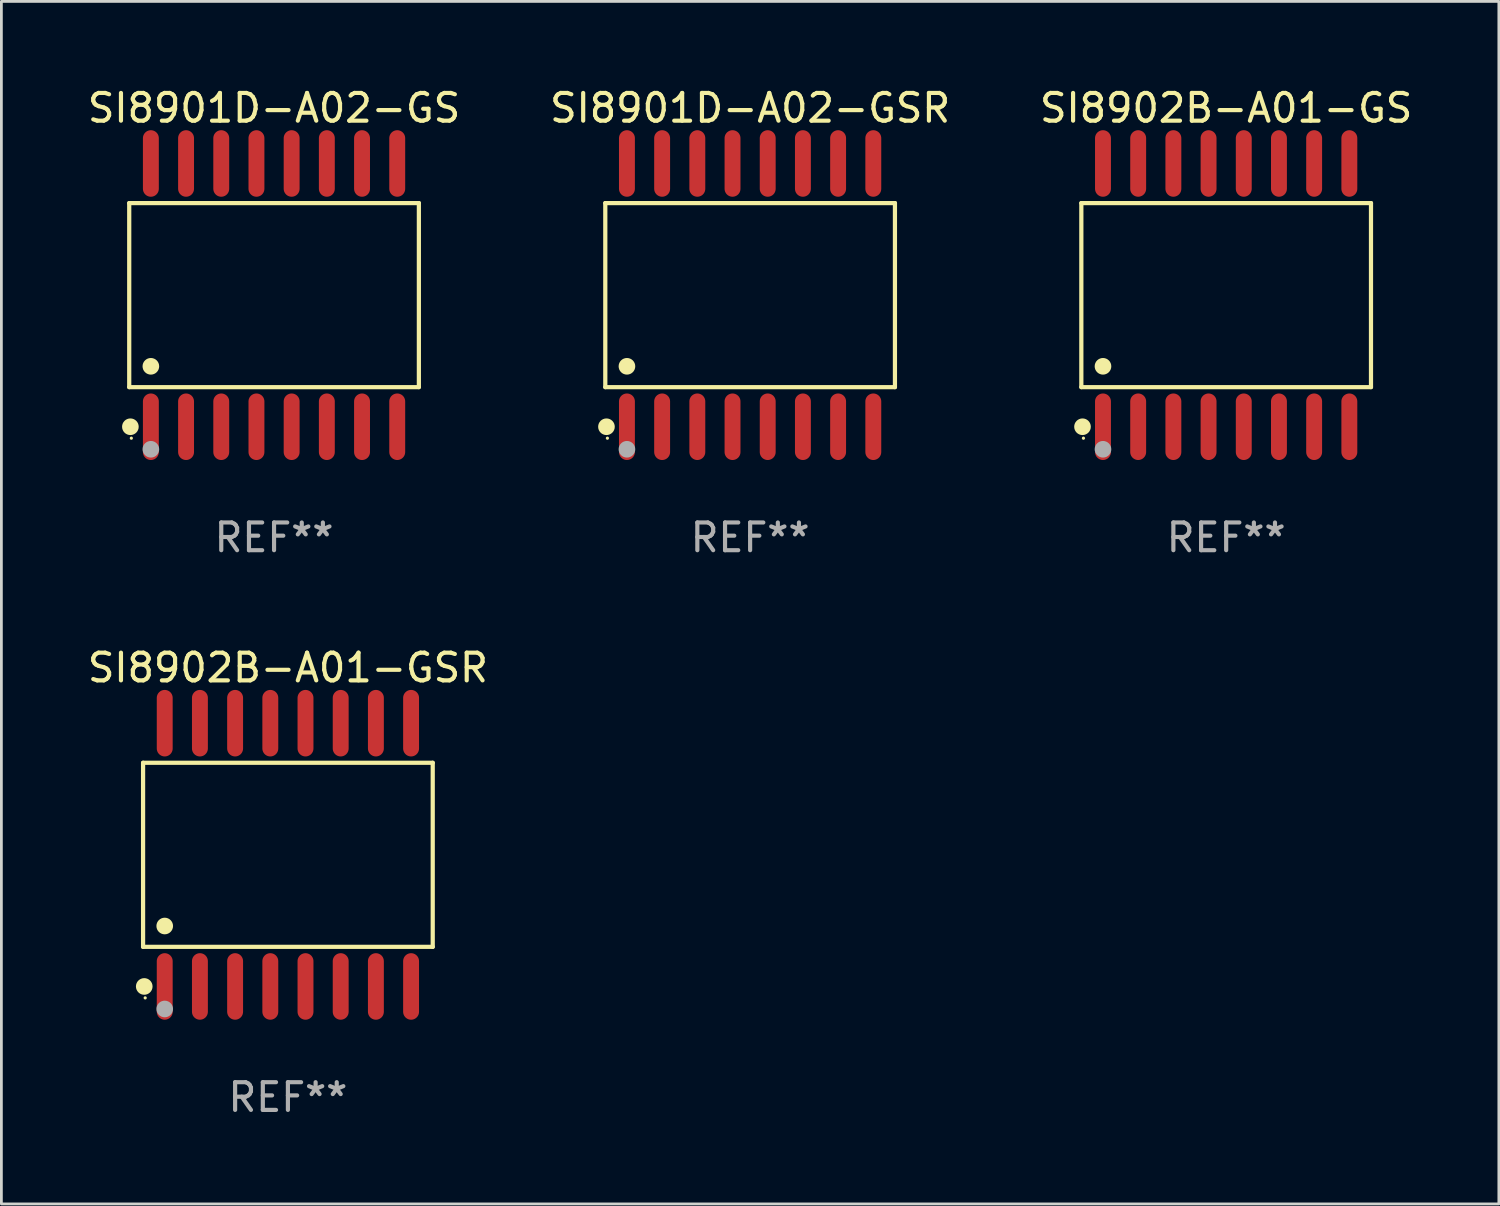
<source format=kicad_pcb>
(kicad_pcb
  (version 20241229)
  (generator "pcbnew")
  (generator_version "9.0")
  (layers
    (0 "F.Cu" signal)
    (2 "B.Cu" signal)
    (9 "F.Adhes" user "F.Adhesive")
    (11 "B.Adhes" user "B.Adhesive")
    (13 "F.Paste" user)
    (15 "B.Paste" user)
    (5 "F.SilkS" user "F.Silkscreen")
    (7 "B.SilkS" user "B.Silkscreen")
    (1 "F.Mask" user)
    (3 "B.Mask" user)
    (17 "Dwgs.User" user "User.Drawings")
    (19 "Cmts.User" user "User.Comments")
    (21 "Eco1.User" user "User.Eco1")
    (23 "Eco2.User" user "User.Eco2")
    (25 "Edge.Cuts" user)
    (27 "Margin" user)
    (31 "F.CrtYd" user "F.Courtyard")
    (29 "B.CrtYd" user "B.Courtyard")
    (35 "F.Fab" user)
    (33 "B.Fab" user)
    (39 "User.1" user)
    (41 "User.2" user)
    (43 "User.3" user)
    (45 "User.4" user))
  (footprint "SI8902B-A01-GS"
    (layer "F.Cu")
    (at 41.196 7.599)
    (property "Reference" "SI8902B-A01-GS" (at 0 -6.75 0) (layer "F.SilkS") (effects (font (size 1 1) (thickness 0.15))))
    (attr through_hole)
    (fp_line (start -5.226 -3.321) (end 5.226 -3.321) (stroke (width 0.152) (type solid)) (layer "F.SilkS"))
    (fp_line (start -5.226 3.321) (end -5.226 -3.321) (stroke (width 0.152) (type solid)) (layer "F.SilkS"))
    (fp_line (start 5.226 -3.321) (end 5.226 3.321) (stroke (width 0.152) (type solid)) (layer "F.SilkS"))
    (fp_line (start 5.226 3.321) (end -5.226 3.321) (stroke (width 0.152) (type solid)) (layer "F.SilkS"))
    (fp_circle (center -5.184 4.75) (end -5.034 4.75) (stroke (width 0.3) (type solid)) (fill no) (layer "F.SilkS"))
    (fp_circle (center -5.15 5.163) (end -5.12 5.163) (stroke (width 0.06) (type solid)) (fill no) (layer "F.SilkS"))
    (fp_circle (center -4.445 2.569) (end -4.295 2.569) (stroke (width 0.3) (type solid)) (fill no) (layer "F.SilkS"))
    (fp_circle (center -4.445 5.563) (end -4.295 5.563) (stroke (width 0.3) (type solid)) (fill no) (layer "F.Fab"))
    (fp_text user "REF**" (at 0 8.75 0) (layer "F.Fab") (effects (font (size 1 1) (thickness 0.15))))
    (pad "1" smd oval (at -4.445 4.75) (size 0.574 2.401) (layers "F.Cu" "F.Mask" "F.Paste"))
    (pad "2" smd oval (at -3.175 4.75) (size 0.574 2.401) (layers "F.Cu" "F.Mask" "F.Paste"))
    (pad "3" smd oval (at -1.905 4.75) (size 0.574 2.401) (layers "F.Cu" "F.Mask" "F.Paste"))
    (pad "4" smd oval (at -0.635 4.75) (size 0.574 2.401) (layers "F.Cu" "F.Mask" "F.Paste"))
    (pad "5" smd oval (at 0.635 4.75) (size 0.574 2.401) (layers "F.Cu" "F.Mask" "F.Paste"))
    (pad "6" smd oval (at 1.905 4.75) (size 0.574 2.401) (layers "F.Cu" "F.Mask" "F.Paste"))
    (pad "7" smd oval (at 3.175 4.75) (size 0.574 2.401) (layers "F.Cu" "F.Mask" "F.Paste"))
    (pad "8" smd oval (at 4.445 4.75) (size 0.574 2.401) (layers "F.Cu" "F.Mask" "F.Paste"))
    (pad "9" smd oval (at 4.445 -4.75) (size 0.574 2.401) (layers "F.Cu" "F.Mask" "F.Paste"))
    (pad "10" smd oval (at 3.175 -4.75) (size 0.574 2.401) (layers "F.Cu" "F.Mask" "F.Paste"))
    (pad "11" smd oval (at 1.905 -4.75) (size 0.574 2.401) (layers "F.Cu" "F.Mask" "F.Paste"))
    (pad "12" smd oval (at 0.635 -4.75) (size 0.574 2.401) (layers "F.Cu" "F.Mask" "F.Paste"))
    (pad "13" smd oval (at -0.635 -4.75) (size 0.574 2.401) (layers "F.Cu" "F.Mask" "F.Paste"))
    (pad "14" smd oval (at -1.905 -4.75) (size 0.574 2.401) (layers "F.Cu" "F.Mask" "F.Paste"))
    (pad "15" smd oval (at -3.175 -4.75) (size 0.574 2.401) (layers "F.Cu" "F.Mask" "F.Paste"))
    (pad "16" smd oval (at -4.445 -4.75) (size 0.574 2.401) (layers "F.Cu" "F.Mask" "F.Paste")))
  (footprint "SI8901D-A02-GS"
    (layer "F.Cu")
    (at 6.839 7.599)
    (property "Reference" "SI8901D-A02-GS" (at 0 -6.75 0) (layer "F.SilkS") (effects (font (size 1 1) (thickness 0.15))))
    (attr through_hole)
    (fp_line (start -5.226 -3.321) (end 5.226 -3.321) (stroke (width 0.152) (type solid)) (layer "F.SilkS"))
    (fp_line (start -5.226 3.321) (end -5.226 -3.321) (stroke (width 0.152) (type solid)) (layer "F.SilkS"))
    (fp_line (start 5.226 -3.321) (end 5.226 3.321) (stroke (width 0.152) (type solid)) (layer "F.SilkS"))
    (fp_line (start 5.226 3.321) (end -5.226 3.321) (stroke (width 0.152) (type solid)) (layer "F.SilkS"))
    (fp_circle (center -5.184 4.75) (end -5.034 4.75) (stroke (width 0.3) (type solid)) (fill no) (layer "F.SilkS"))
    (fp_circle (center -5.15 5.163) (end -5.12 5.163) (stroke (width 0.06) (type solid)) (fill no) (layer "F.SilkS"))
    (fp_circle (center -4.445 2.569) (end -4.295 2.569) (stroke (width 0.3) (type solid)) (fill no) (layer "F.SilkS"))
    (fp_circle (center -4.445 5.563) (end -4.295 5.563) (stroke (width 0.3) (type solid)) (fill no) (layer "F.Fab"))
    (fp_text user "REF**" (at 0 8.75 0) (layer "F.Fab") (effects (font (size 1 1) (thickness 0.15))))
    (pad "1" smd oval (at -4.445 4.75) (size 0.574 2.401) (layers "F.Cu" "F.Mask" "F.Paste"))
    (pad "2" smd oval (at -3.175 4.75) (size 0.574 2.401) (layers "F.Cu" "F.Mask" "F.Paste"))
    (pad "3" smd oval (at -1.905 4.75) (size 0.574 2.401) (layers "F.Cu" "F.Mask" "F.Paste"))
    (pad "4" smd oval (at -0.635 4.75) (size 0.574 2.401) (layers "F.Cu" "F.Mask" "F.Paste"))
    (pad "5" smd oval (at 0.635 4.75) (size 0.574 2.401) (layers "F.Cu" "F.Mask" "F.Paste"))
    (pad "6" smd oval (at 1.905 4.75) (size 0.574 2.401) (layers "F.Cu" "F.Mask" "F.Paste"))
    (pad "7" smd oval (at 3.175 4.75) (size 0.574 2.401) (layers "F.Cu" "F.Mask" "F.Paste"))
    (pad "8" smd oval (at 4.445 4.75) (size 0.574 2.401) (layers "F.Cu" "F.Mask" "F.Paste"))
    (pad "9" smd oval (at 4.445 -4.75) (size 0.574 2.401) (layers "F.Cu" "F.Mask" "F.Paste"))
    (pad "10" smd oval (at 3.175 -4.75) (size 0.574 2.401) (layers "F.Cu" "F.Mask" "F.Paste"))
    (pad "11" smd oval (at 1.905 -4.75) (size 0.574 2.401) (layers "F.Cu" "F.Mask" "F.Paste"))
    (pad "12" smd oval (at 0.635 -4.75) (size 0.574 2.401) (layers "F.Cu" "F.Mask" "F.Paste"))
    (pad "13" smd oval (at -0.635 -4.75) (size 0.574 2.401) (layers "F.Cu" "F.Mask" "F.Paste"))
    (pad "14" smd oval (at -1.905 -4.75) (size 0.574 2.401) (layers "F.Cu" "F.Mask" "F.Paste"))
    (pad "15" smd oval (at -3.175 -4.75) (size 0.574 2.401) (layers "F.Cu" "F.Mask" "F.Paste"))
    (pad "16" smd oval (at -4.445 -4.75) (size 0.574 2.401) (layers "F.Cu" "F.Mask" "F.Paste")))
  (footprint "SI8901D-A02-GSR"
    (layer "F.Cu")
    (at 24.018 7.599)
    (property "Reference" "SI8901D-A02-GSR" (at 0 -6.75 0) (layer "F.SilkS") (effects (font (size 1 1) (thickness 0.15))))
    (attr through_hole)
    (fp_line (start -5.226 -3.321) (end 5.226 -3.321) (stroke (width 0.152) (type solid)) (layer "F.SilkS"))
    (fp_line (start -5.226 3.321) (end -5.226 -3.321) (stroke (width 0.152) (type solid)) (layer "F.SilkS"))
    (fp_line (start 5.226 -3.321) (end 5.226 3.321) (stroke (width 0.152) (type solid)) (layer "F.SilkS"))
    (fp_line (start 5.226 3.321) (end -5.226 3.321) (stroke (width 0.152) (type solid)) (layer "F.SilkS"))
    (fp_circle (center -5.184 4.75) (end -5.034 4.75) (stroke (width 0.3) (type solid)) (fill no) (layer "F.SilkS"))
    (fp_circle (center -5.15 5.163) (end -5.12 5.163) (stroke (width 0.06) (type solid)) (fill no) (layer "F.SilkS"))
    (fp_circle (center -4.445 2.569) (end -4.295 2.569) (stroke (width 0.3) (type solid)) (fill no) (layer "F.SilkS"))
    (fp_circle (center -4.445 5.563) (end -4.295 5.563) (stroke (width 0.3) (type solid)) (fill no) (layer "F.Fab"))
    (fp_text user "REF**" (at 0 8.75 0) (layer "F.Fab") (effects (font (size 1 1) (thickness 0.15))))
    (pad "1" smd oval (at -4.445 4.75) (size 0.574 2.401) (layers "F.Cu" "F.Mask" "F.Paste"))
    (pad "2" smd oval (at -3.175 4.75) (size 0.574 2.401) (layers "F.Cu" "F.Mask" "F.Paste"))
    (pad "3" smd oval (at -1.905 4.75) (size 0.574 2.401) (layers "F.Cu" "F.Mask" "F.Paste"))
    (pad "4" smd oval (at -0.635 4.75) (size 0.574 2.401) (layers "F.Cu" "F.Mask" "F.Paste"))
    (pad "5" smd oval (at 0.635 4.75) (size 0.574 2.401) (layers "F.Cu" "F.Mask" "F.Paste"))
    (pad "6" smd oval (at 1.905 4.75) (size 0.574 2.401) (layers "F.Cu" "F.Mask" "F.Paste"))
    (pad "7" smd oval (at 3.175 4.75) (size 0.574 2.401) (layers "F.Cu" "F.Mask" "F.Paste"))
    (pad "8" smd oval (at 4.445 4.75) (size 0.574 2.401) (layers "F.Cu" "F.Mask" "F.Paste"))
    (pad "9" smd oval (at 4.445 -4.75) (size 0.574 2.401) (layers "F.Cu" "F.Mask" "F.Paste"))
    (pad "10" smd oval (at 3.175 -4.75) (size 0.574 2.401) (layers "F.Cu" "F.Mask" "F.Paste"))
    (pad "11" smd oval (at 1.905 -4.75) (size 0.574 2.401) (layers "F.Cu" "F.Mask" "F.Paste"))
    (pad "12" smd oval (at 0.635 -4.75) (size 0.574 2.401) (layers "F.Cu" "F.Mask" "F.Paste"))
    (pad "13" smd oval (at -0.635 -4.75) (size 0.574 2.401) (layers "F.Cu" "F.Mask" "F.Paste"))
    (pad "14" smd oval (at -1.905 -4.75) (size 0.574 2.401) (layers "F.Cu" "F.Mask" "F.Paste"))
    (pad "15" smd oval (at -3.175 -4.75) (size 0.574 2.401) (layers "F.Cu" "F.Mask" "F.Paste"))
    (pad "16" smd oval (at -4.445 -4.75) (size 0.574 2.401) (layers "F.Cu" "F.Mask" "F.Paste")))
  (footprint "SI8902B-A01-GSR"
    (layer "F.Cu")
    (at 7.339 27.796)
    (property "Reference" "SI8902B-A01-GSR" (at 0 -6.75 0) (layer "F.SilkS") (effects (font (size 1 1) (thickness 0.15))))
    (attr through_hole)
    (fp_line (start -5.226 -3.321) (end 5.226 -3.321) (stroke (width 0.152) (type solid)) (layer "F.SilkS"))
    (fp_line (start -5.226 3.321) (end -5.226 -3.321) (stroke (width 0.152) (type solid)) (layer "F.SilkS"))
    (fp_line (start 5.226 -3.321) (end 5.226 3.321) (stroke (width 0.152) (type solid)) (layer "F.SilkS"))
    (fp_line (start 5.226 3.321) (end -5.226 3.321) (stroke (width 0.152) (type solid)) (layer "F.SilkS"))
    (fp_circle (center -5.184 4.75) (end -5.034 4.75) (stroke (width 0.3) (type solid)) (fill no) (layer "F.SilkS"))
    (fp_circle (center -5.15 5.163) (end -5.12 5.163) (stroke (width 0.06) (type solid)) (fill no) (layer "F.SilkS"))
    (fp_circle (center -4.445 2.569) (end -4.295 2.569) (stroke (width 0.3) (type solid)) (fill no) (layer "F.SilkS"))
    (fp_circle (center -4.445 5.563) (end -4.295 5.563) (stroke (width 0.3) (type solid)) (fill no) (layer "F.Fab"))
    (fp_text user "REF**" (at 0 8.75 0) (layer "F.Fab") (effects (font (size 1 1) (thickness 0.15))))
    (pad "1" smd oval (at -4.445 4.75) (size 0.574 2.401) (layers "F.Cu" "F.Mask" "F.Paste"))
    (pad "2" smd oval (at -3.175 4.75) (size 0.574 2.401) (layers "F.Cu" "F.Mask" "F.Paste"))
    (pad "3" smd oval (at -1.905 4.75) (size 0.574 2.401) (layers "F.Cu" "F.Mask" "F.Paste"))
    (pad "4" smd oval (at -0.635 4.75) (size 0.574 2.401) (layers "F.Cu" "F.Mask" "F.Paste"))
    (pad "5" smd oval (at 0.635 4.75) (size 0.574 2.401) (layers "F.Cu" "F.Mask" "F.Paste"))
    (pad "6" smd oval (at 1.905 4.75) (size 0.574 2.401) (layers "F.Cu" "F.Mask" "F.Paste"))
    (pad "7" smd oval (at 3.175 4.75) (size 0.574 2.401) (layers "F.Cu" "F.Mask" "F.Paste"))
    (pad "8" smd oval (at 4.445 4.75) (size 0.574 2.401) (layers "F.Cu" "F.Mask" "F.Paste"))
    (pad "9" smd oval (at 4.445 -4.75) (size 0.574 2.401) (layers "F.Cu" "F.Mask" "F.Paste"))
    (pad "10" smd oval (at 3.175 -4.75) (size 0.574 2.401) (layers "F.Cu" "F.Mask" "F.Paste"))
    (pad "11" smd oval (at 1.905 -4.75) (size 0.574 2.401) (layers "F.Cu" "F.Mask" "F.Paste"))
    (pad "12" smd oval (at 0.635 -4.75) (size 0.574 2.401) (layers "F.Cu" "F.Mask" "F.Paste"))
    (pad "13" smd oval (at -0.635 -4.75) (size 0.574 2.401) (layers "F.Cu" "F.Mask" "F.Paste"))
    (pad "14" smd oval (at -1.905 -4.75) (size 0.574 2.401) (layers "F.Cu" "F.Mask" "F.Paste"))
    (pad "15" smd oval (at -3.175 -4.75) (size 0.574 2.401) (layers "F.Cu" "F.Mask" "F.Paste"))
    (pad "16" smd oval (at -4.445 -4.75) (size 0.574 2.401) (layers "F.Cu" "F.Mask" "F.Paste")))
  (gr_rect
    (start -3 -3)
    (end 51.036 40.394)
    (stroke (width 0.1) (type default))
    (fill no)
    (layer "Edge.Cuts")))
</source>
